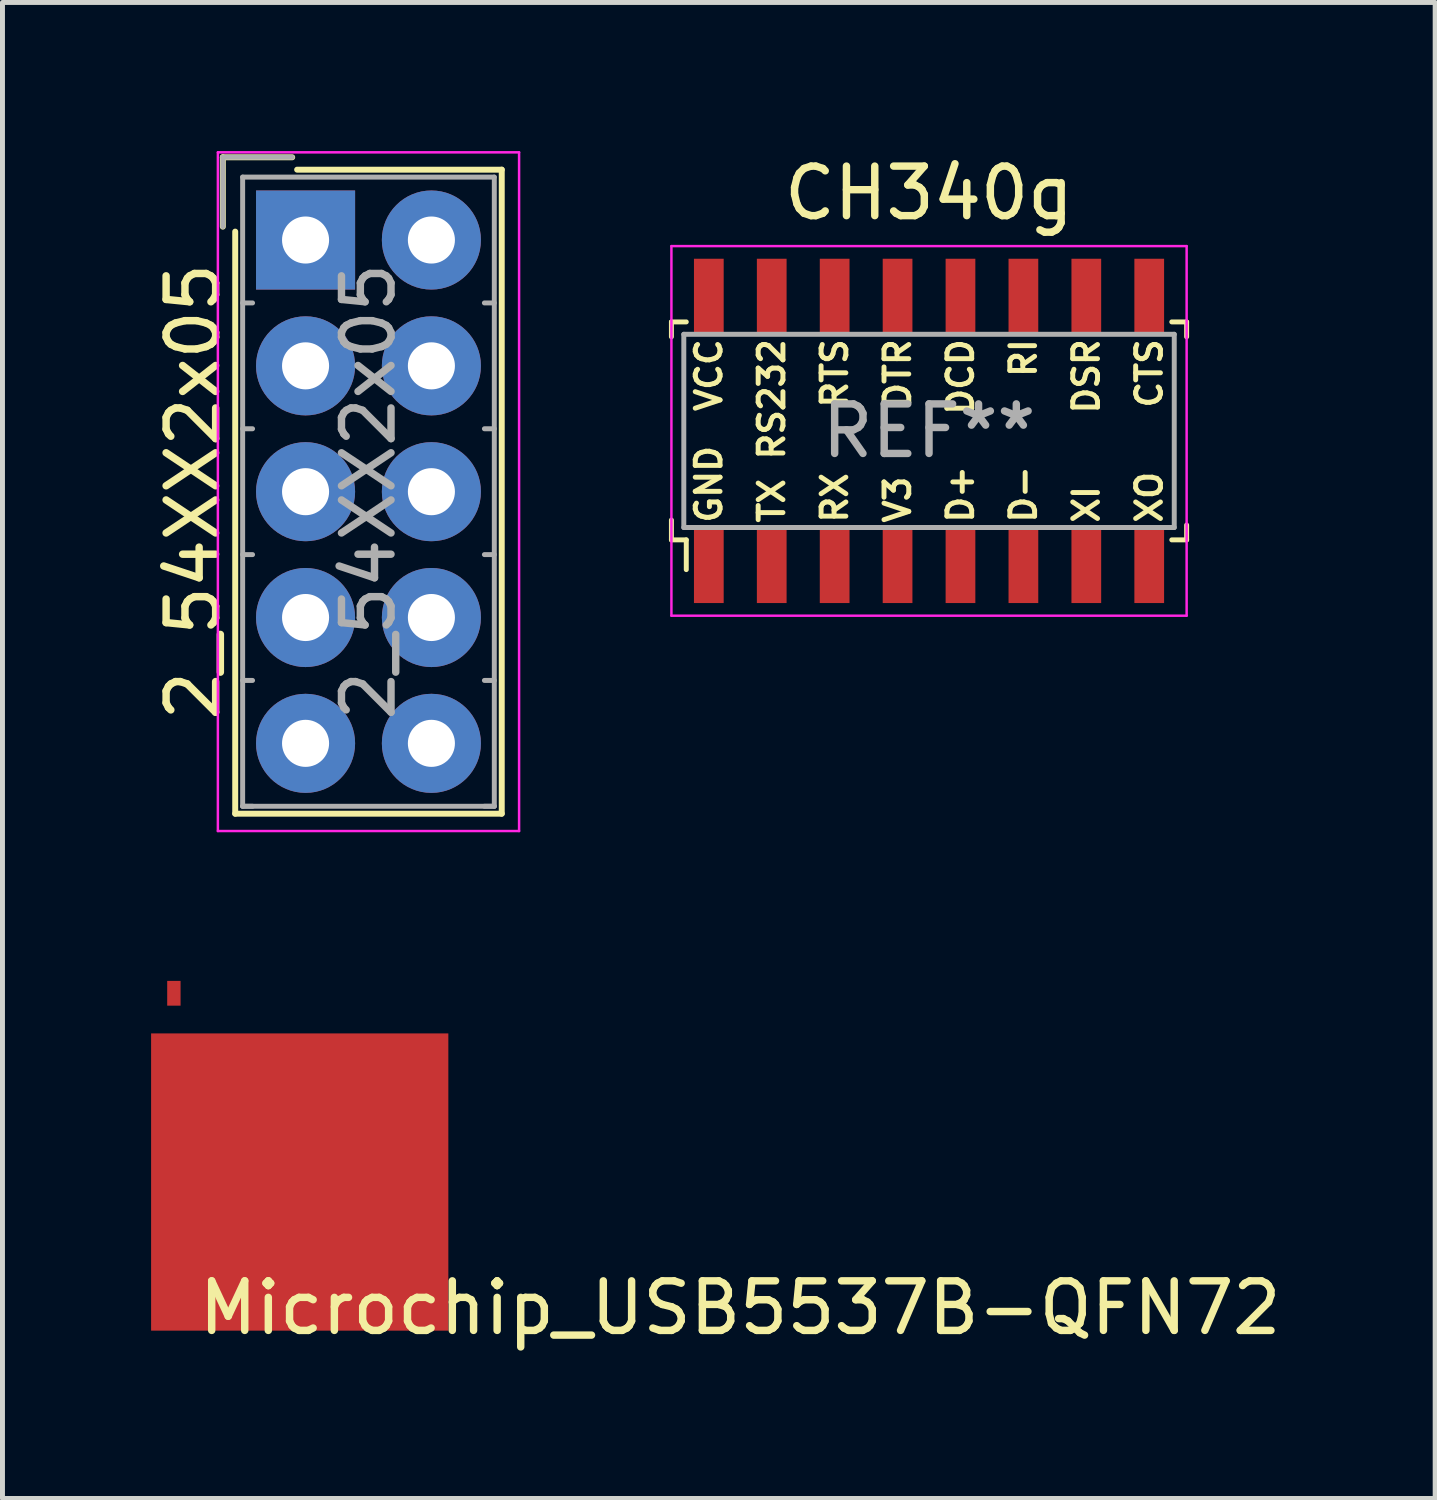
<source format=kicad_pcb>
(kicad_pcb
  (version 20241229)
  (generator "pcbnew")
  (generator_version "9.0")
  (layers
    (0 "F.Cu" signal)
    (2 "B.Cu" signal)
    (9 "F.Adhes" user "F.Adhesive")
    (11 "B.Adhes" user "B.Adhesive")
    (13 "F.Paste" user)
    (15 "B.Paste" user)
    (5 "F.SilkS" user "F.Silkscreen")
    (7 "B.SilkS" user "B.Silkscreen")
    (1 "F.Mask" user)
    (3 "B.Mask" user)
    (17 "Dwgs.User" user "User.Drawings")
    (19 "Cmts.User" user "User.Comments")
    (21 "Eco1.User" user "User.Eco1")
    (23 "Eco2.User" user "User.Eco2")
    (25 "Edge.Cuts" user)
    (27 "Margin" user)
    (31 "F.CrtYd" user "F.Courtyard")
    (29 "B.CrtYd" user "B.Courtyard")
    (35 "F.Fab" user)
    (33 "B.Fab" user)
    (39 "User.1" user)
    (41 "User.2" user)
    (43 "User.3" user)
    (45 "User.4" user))
  (footprint "2_54XX2x05"
    (layer "F.Cu")
    (at 3.118 1.795)
    (property "Reference" "2_54XX2x05" (at -2.27 5.08 90) (layer "F.SilkS") (effects (font (size 1 1) (thickness 0.15))))
    (attr through_hole)
    (fp_line (start -1.67 -1.67) (end -1.67 -0.27) (stroke (width 0.12) (type solid)) (layer "F.SilkS"))
    (fp_line (start -1.42 11.58) (end -1.42 -0.17) (stroke (width 0.12) (type solid)) (layer "F.SilkS"))
    (fp_line (start -0.27 -1.67) (end -1.67 -1.67) (stroke (width 0.12) (type solid)) (layer "F.SilkS"))
    (fp_line (start -0.17 -1.42) (end 3.96 -1.42) (stroke (width 0.12) (type solid)) (layer "F.SilkS"))
    (fp_line (start 3.96 -1.42) (end 3.96 11.58) (stroke (width 0.12) (type solid)) (layer "F.SilkS"))
    (fp_line (start 3.96 11.58) (end -1.42 11.58) (stroke (width 0.12) (type solid)) (layer "F.SilkS"))
    (fp_line (start -1.77 -1.77) (end -1.77 11.93) (stroke (width 0.05) (type solid)) (layer "F.CrtYd"))
    (fp_line (start -1.77 11.93) (end 4.31 11.93) (stroke (width 0.05) (type solid)) (layer "F.CrtYd"))
    (fp_line (start 4.31 -1.77) (end -1.77 -1.77) (stroke (width 0.05) (type solid)) (layer "F.CrtYd"))
    (fp_line (start 4.31 11.93) (end 4.31 -1.77) (stroke (width 0.05) (type solid)) (layer "F.CrtYd"))
    (fp_line (start -1.67 -1.67) (end -1.67 -0.27) (stroke (width 0.1) (type solid)) (layer "F.Fab"))
    (fp_line (start -1.27 -1.27) (end -1.27 11.43) (stroke (width 0.1) (type solid)) (layer "F.Fab"))
    (fp_line (start -1.27 1.27) (end -1.07 1.27) (stroke (width 0.1) (type solid)) (layer "F.Fab"))
    (fp_line (start -1.27 3.81) (end -1.07 3.81) (stroke (width 0.1) (type solid)) (layer "F.Fab"))
    (fp_line (start -1.27 6.35) (end -1.07 6.35) (stroke (width 0.1) (type solid)) (layer "F.Fab"))
    (fp_line (start -1.27 8.89) (end -1.07 8.89) (stroke (width 0.1) (type solid)) (layer "F.Fab"))
    (fp_line (start -1.27 11.43) (end -1.07 11.43) (stroke (width 0.1) (type solid)) (layer "F.Fab"))
    (fp_line (start -1.27 11.43) (end 3.81 11.43) (stroke (width 0.1) (type solid)) (layer "F.Fab"))
    (fp_line (start -0.27 -1.67) (end -1.67 -1.67) (stroke (width 0.1) (type solid)) (layer "F.Fab"))
    (fp_line (start 3.81 -1.27) (end -1.27 -1.27) (stroke (width 0.1) (type solid)) (layer "F.Fab"))
    (fp_line (start 3.81 1.27) (end 3.61 1.27) (stroke (width 0.1) (type solid)) (layer "F.Fab"))
    (fp_line (start 3.81 3.81) (end 3.61 3.81) (stroke (width 0.1) (type solid)) (layer "F.Fab"))
    (fp_line (start 3.81 6.35) (end 3.61 6.35) (stroke (width 0.1) (type solid)) (layer "F.Fab"))
    (fp_line (start 3.81 8.89) (end 3.61 8.89) (stroke (width 0.1) (type solid)) (layer "F.Fab"))
    (fp_line (start 3.81 11.43) (end 3.61 11.43) (stroke (width 0.1) (type solid)) (layer "F.Fab"))
    (fp_line (start 3.81 11.43) (end 3.81 -1.27) (stroke (width 0.1) (type solid)) (layer "F.Fab"))
    (fp_text user "${REFERENCE}" (at 1.27 5.08 90) (layer "F.Fab") (effects (font (size 1 1) (thickness 0.15))))
    (pad "1" thru_hole rect (at 0 0) (size 2 2) (drill 0.95) (layers "*.Cu" "*.Mask"))
    (pad "2" thru_hole circle (at 2.54 0) (size 2 2) (drill 0.95) (layers "*.Cu" "*.Mask"))
    (pad "3" thru_hole circle (at 0 2.54) (size 2 2) (drill 0.95) (layers "*.Cu" "*.Mask"))
    (pad "4" thru_hole circle (at 2.54 2.54) (size 2 2) (drill 0.95) (layers "*.Cu" "*.Mask"))
    (pad "5" thru_hole circle (at 0 5.08) (size 2 2) (drill 0.95) (layers "*.Cu" "*.Mask"))
    (pad "6" thru_hole circle (at 2.54 5.08) (size 2 2) (drill 0.95) (layers "*.Cu" "*.Mask"))
    (pad "7" thru_hole circle (at 0 7.62) (size 2 2) (drill 0.95) (layers "*.Cu" "*.Mask"))
    (pad "8" thru_hole circle (at 2.54 7.62) (size 2 2) (drill 0.95) (layers "*.Cu" "*.Mask"))
    (pad "9" thru_hole circle (at 0 10.16) (size 2 2) (drill 0.95) (layers "*.Cu" "*.Mask"))
    (pad "10" thru_hole circle (at 2.54 10.16) (size 2 2) (drill 0.95) (layers "*.Cu" "*.Mask")))
  (footprint "Microchip_USB5537B-QFN72"
    (layer "F.Cu")
    (at 3 20.81)
    (property "Reference" "Microchip_USB5537B-QFN72" (at 8.89 2.54 0) (layer "F.SilkS") (effects (font (size 1 1) (thickness 0.15))))
    (attr smd)
    (pad "" smd rect (at 0 0) (size 6 6) (layers "F.Cu" "F.Mask" "F.Paste"))
    (pad "1" smd rect (at -2.54 -3.81) (size 0.27 0.5) (layers "F.Cu" "F.Mask" "F.Paste")))
  (footprint "CH340g"
    (layer "F.Cu")
    (at 15.703 5.648)
    (property "Reference" "CH340g" (at 0 -4.8 0) (layer "F.SilkS") (effects (font (size 1 1) (thickness 0.15))))
    (attr through_hole)
    (fp_line (start -5.2 -2.2) (end -5.2 -1.9) (stroke (width 0.1) (type solid)) (layer "F.SilkS"))
    (fp_line (start -5.2 1.8) (end -5.2 2.2) (stroke (width 0.1) (type solid)) (layer "F.SilkS"))
    (fp_line (start -5.2 2.2) (end -4.9 2.2) (stroke (width 0.1) (type solid)) (layer "F.SilkS"))
    (fp_line (start -4.9 -2.2) (end -5.2 -2.2) (stroke (width 0.1) (type solid)) (layer "F.SilkS"))
    (fp_line (start -4.9 2.2) (end -4.9 2.8) (stroke (width 0.1) (type solid)) (layer "F.SilkS"))
    (fp_line (start 4.9 2.2) (end 5.2 2.2) (stroke (width 0.1) (type solid)) (layer "F.SilkS"))
    (fp_line (start 5.2 -2.2) (end 4.9 -2.2) (stroke (width 0.1) (type solid)) (layer "F.SilkS"))
    (fp_line (start 5.2 -2.2) (end 5.2 -1.9) (stroke (width 0.1) (type solid)) (layer "F.SilkS"))
    (fp_line (start 5.2 2.2) (end 5.2 1.9) (stroke (width 0.1) (type solid)) (layer "F.SilkS"))
    (fp_line (start -5.2 -3.73) (end 5.2 -3.73) (stroke (width 0.05) (type solid)) (layer "F.CrtYd"))
    (fp_line (start -5.2 3.73) (end -5.2 -3.73) (stroke (width 0.05) (type solid)) (layer "F.CrtYd"))
    (fp_line (start -5.2 3.73) (end 5.2 3.73) (stroke (width 0.05) (type solid)) (layer "F.CrtYd"))
    (fp_line (start 5.2 3.73) (end 5.2 -3.73) (stroke (width 0.05) (type solid)) (layer "F.CrtYd"))
    (fp_line (start -4.95 -1.95) (end -4.95 1.95) (stroke (width 0.1) (type solid)) (layer "F.Fab"))
    (fp_line (start -4.95 -1.95) (end 4.95 -1.95) (stroke (width 0.1) (type solid)) (layer "F.Fab"))
    (fp_line (start 4.95 -1.95) (end 4.95 1.95) (stroke (width 0.1) (type solid)) (layer "F.Fab"))
    (fp_line (start 4.95 1.95) (end -4.95 1.95) (stroke (width 0.1) (type solid)) (layer "F.Fab"))
    (fp_text user "RTS" (at -1.905 -1.905 90) (layer "F.SilkS") (effects (font (size 0.5 0.5) (thickness 0.1)) (justify right)))
    (fp_text user "XI" (at 3.175 1.905 90) (layer "F.SilkS") (effects (font (size 0.5 0.5) (thickness 0.1)) (justify left)))
    (fp_text user "V3" (at -0.635 1.905 90) (layer "F.SilkS") (effects (font (size 0.5 0.5) (thickness 0.1)) (justify left)))
    (fp_text user "DCD" (at 0.635 -1.905 90) (layer "F.SilkS") (effects (font (size 0.5 0.5) (thickness 0.1)) (justify right)))
    (fp_text user "TX" (at -3.175 1.905 90) (layer "F.SilkS") (effects (font (size 0.5 0.5) (thickness 0.1)) (justify left)))
    (fp_text user "RS232" (at -3.175 -1.905 90) (layer "F.SilkS") (effects (font (size 0.5 0.5) (thickness 0.1)) (justify right)))
    (fp_text user "XO" (at 4.445 1.905 90) (layer "F.SilkS") (effects (font (size 0.5 0.5) (thickness 0.1)) (justify left)))
    (fp_text user "VCC" (at -4.445 -1.905 90) (layer "F.SilkS") (effects (font (size 0.5 0.5) (thickness 0.1)) (justify right)))
    (fp_text user "D+" (at 0.635 1.905 90) (layer "F.SilkS") (effects (font (size 0.5 0.5) (thickness 0.1)) (justify left)))
    (fp_text user "RI" (at 1.905 -1.905 90) (layer "F.SilkS") (effects (font (size 0.5 0.5) (thickness 0.1)) (justify right)))
    (fp_text user "D-" (at 1.905 1.905 90) (layer "F.SilkS") (effects (font (size 0.5 0.5) (thickness 0.1)) (justify left)))
    (fp_text user "GND" (at -4.445 1.905 90) (layer "F.SilkS") (effects (font (size 0.5 0.5) (thickness 0.1)) (justify left)))
    (fp_text user "DTR" (at -0.635 -1.905 90) (layer "F.SilkS") (effects (font (size 0.5 0.5) (thickness 0.1)) (justify right)))
    (fp_text user "RX" (at -1.905 1.905 90) (layer "F.SilkS") (effects (font (size 0.5 0.5) (thickness 0.1)) (justify left)))
    (fp_text user "CTS" (at 4.445 -1.905 90) (layer "F.SilkS") (effects (font (size 0.5 0.5) (thickness 0.1)) (justify right)))
    (fp_text user "DSR" (at 3.175 -1.905 90) (layer "F.SilkS") (effects (font (size 0.5 0.5) (thickness 0.1)) (justify right)))
    (fp_text user "REF**" (at 0 0 0) (layer "F.Fab") (effects (font (size 1 1) (thickness 0.15))))
    (pad "1" smd rect (at -4.445 2.7) (size 0.6 1.55) (layers "F.Cu" "F.Mask" "F.Paste"))
    (pad "2" smd rect (at -3.175 2.7) (size 0.6 1.55) (layers "F.Cu" "F.Mask" "F.Paste"))
    (pad "3" smd rect (at -1.905 2.7) (size 0.6 1.55) (layers "F.Cu" "F.Mask" "F.Paste"))
    (pad "4" smd rect (at -0.635 2.7) (size 0.6 1.55) (layers "F.Cu" "F.Mask" "F.Paste"))
    (pad "5" smd rect (at 0.635 2.7) (size 0.6 1.55) (layers "F.Cu" "F.Mask" "F.Paste"))
    (pad "6" smd rect (at 1.905 2.7) (size 0.6 1.55) (layers "F.Cu" "F.Mask" "F.Paste"))
    (pad "7" smd rect (at 3.175 2.7) (size 0.6 1.55) (layers "F.Cu" "F.Mask" "F.Paste"))
    (pad "8" smd rect (at 4.445 2.7) (size 0.6 1.55) (layers "F.Cu" "F.Mask" "F.Paste"))
    (pad "9" smd rect (at 4.445 -2.7) (size 0.6 1.55) (layers "F.Cu" "F.Mask" "F.Paste"))
    (pad "10" smd rect (at 3.175 -2.7) (size 0.6 1.55) (layers "F.Cu" "F.Mask" "F.Paste"))
    (pad "11" smd rect (at 1.905 -2.7) (size 0.6 1.55) (layers "F.Cu" "F.Mask" "F.Paste"))
    (pad "12" smd rect (at 0.635 -2.7) (size 0.6 1.55) (layers "F.Cu" "F.Mask" "F.Paste"))
    (pad "13" smd rect (at -0.635 -2.7) (size 0.6 1.55) (layers "F.Cu" "F.Mask" "F.Paste"))
    (pad "14" smd rect (at -1.905 -2.7) (size 0.6 1.55) (layers "F.Cu" "F.Mask" "F.Paste"))
    (pad "15" smd rect (at -3.175 -2.7) (size 0.6 1.55) (layers "F.Cu" "F.Mask" "F.Paste"))
    (pad "16" smd rect (at -4.445 -2.7) (size 0.6 1.55) (layers "F.Cu" "F.Mask" "F.Paste")))
  (gr_rect
    (start -3 -3)
    (end 25.92 27.198)
    (stroke (width 0.1) (type default))
    (fill no)
    (layer "Edge.Cuts")))
</source>
